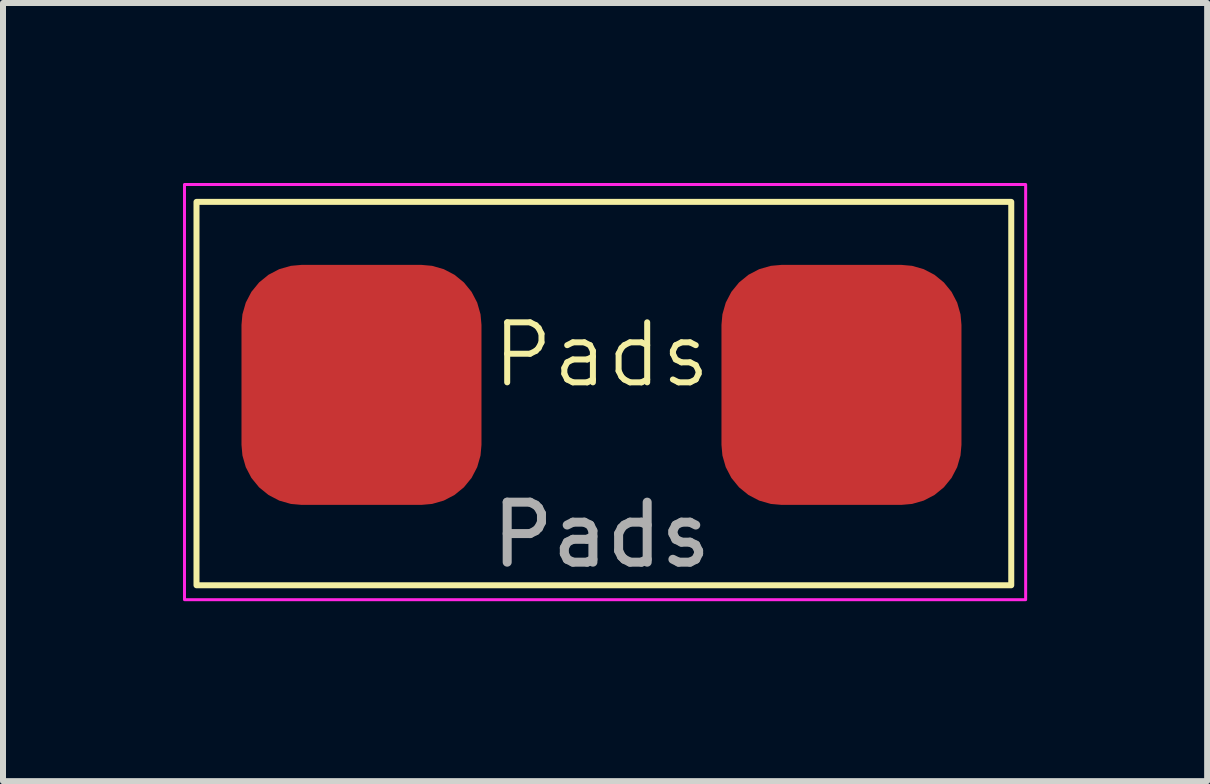
<source format=kicad_pcb>
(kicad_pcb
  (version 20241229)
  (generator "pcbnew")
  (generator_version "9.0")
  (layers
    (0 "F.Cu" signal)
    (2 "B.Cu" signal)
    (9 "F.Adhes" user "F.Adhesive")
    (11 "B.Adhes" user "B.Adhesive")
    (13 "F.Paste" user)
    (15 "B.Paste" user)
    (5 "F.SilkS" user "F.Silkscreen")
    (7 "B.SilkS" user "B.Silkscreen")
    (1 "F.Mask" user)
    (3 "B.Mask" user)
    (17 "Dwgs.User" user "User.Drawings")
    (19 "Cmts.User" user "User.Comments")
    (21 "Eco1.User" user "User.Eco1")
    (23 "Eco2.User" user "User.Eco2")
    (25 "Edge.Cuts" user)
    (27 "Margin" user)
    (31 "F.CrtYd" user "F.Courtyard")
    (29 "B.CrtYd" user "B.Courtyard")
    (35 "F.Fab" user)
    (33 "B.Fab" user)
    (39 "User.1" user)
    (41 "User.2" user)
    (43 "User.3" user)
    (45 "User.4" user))
  (footprint "Pads"
    (layer "F.Cu")
    (at 6.975 3.365)
    (property "Reference" "Pads" (at 0 -0.5 0) (unlocked yes) (layer "F.SilkS") (effects (font (size 1 1) (thickness 0.1))))
    (attr smd)
    (fp_rect (start -6.75 -3.05) (end 6.83 3.34) (stroke (width 0.1) (type default)) (fill no) (layer "F.SilkS"))
    (fp_rect (start -6.95 -3.34) (end 7.07 3.58) (stroke (width 0.05) (type default)) (fill no) (layer "F.CrtYd"))
    (fp_text user "${REFERENCE}" (at 0 2.5 0) (unlocked yes) (layer "F.Fab") (effects (font (size 1 1) (thickness 0.15))))
    (pad "1" smd roundrect (at -4 0) (size 4 4) (layers "F.Cu" "F.Mask" "F.Paste") (roundrect_rratio 0.25))
    (pad "2" smd roundrect (at 4 0) (size 4 4) (layers "F.Cu" "F.Mask" "F.Paste") (roundrect_rratio 0.25)))
  (gr_rect
    (start -3 -3)
    (end 17.07 9.97)
    (stroke (width 0.1) (type default))
    (fill no)
    (layer "Edge.Cuts")))
</source>
